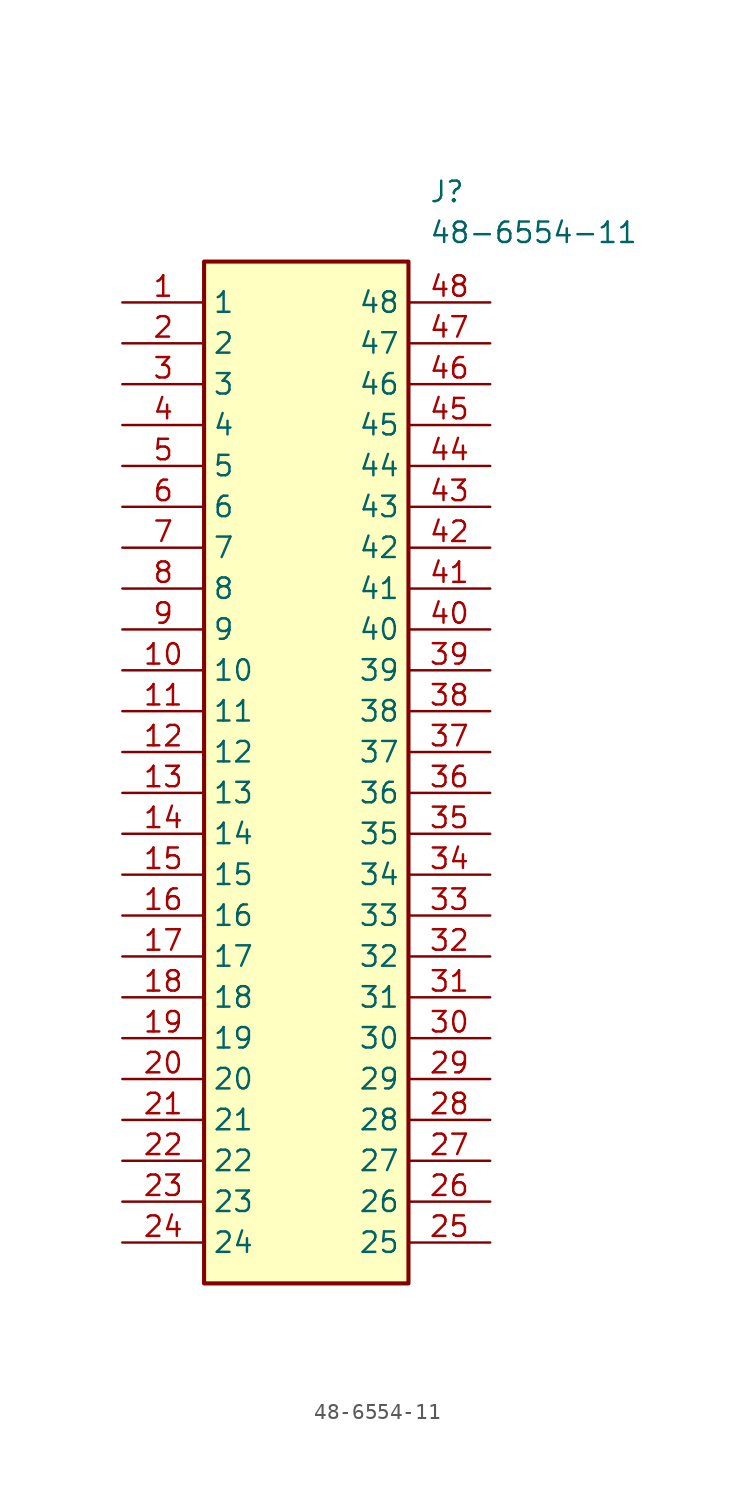
<source format=kicad_sym>
(kicad_symbol_lib
  (version 20231120)
  (generator "kicad_symbol_editor")
  (generator_version "8.0")
  (symbol "48-6554-11"
    (property "Reference" "J"
      (at 19.05 7.62 0)
      (effects (font (size 1.27 1.27)) (justify left top)))
    (property "Value" "48-6554-11"
      (at 19.05 5.08 0)
      (effects (font (size 1.27 1.27)) (justify left top)))
    (symbol "48-6554-11_1_1"
      (rectangle (start 5.08 2.54) (end 17.78 -60.96) (stroke (width 0.254) (type default)) (fill (type background)))
      (pin passive line (at 0 0 0) (length 5.08) (name "1" (effects (font (size 1.27 1.27)))) (number "1" (effects (font (size 1.27 1.27)))))
      (pin passive line (at 0 -22.86 0) (length 5.08) (name "10" (effects (font (size 1.27 1.27)))) (number "10" (effects (font (size 1.27 1.27)))))
      (pin passive line (at 0 -25.4 0) (length 5.08) (name "11" (effects (font (size 1.27 1.27)))) (number "11" (effects (font (size 1.27 1.27)))))
      (pin passive line (at 0 -27.94 0) (length 5.08) (name "12" (effects (font (size 1.27 1.27)))) (number "12" (effects (font (size 1.27 1.27)))))
      (pin passive line (at 0 -30.48 0) (length 5.08) (name "13" (effects (font (size 1.27 1.27)))) (number "13" (effects (font (size 1.27 1.27)))))
      (pin passive line (at 0 -33.02 0) (length 5.08) (name "14" (effects (font (size 1.27 1.27)))) (number "14" (effects (font (size 1.27 1.27)))))
      (pin passive line (at 0 -35.56 0) (length 5.08) (name "15" (effects (font (size 1.27 1.27)))) (number "15" (effects (font (size 1.27 1.27)))))
      (pin passive line (at 0 -38.1 0) (length 5.08) (name "16" (effects (font (size 1.27 1.27)))) (number "16" (effects (font (size 1.27 1.27)))))
      (pin passive line (at 0 -40.64 0) (length 5.08) (name "17" (effects (font (size 1.27 1.27)))) (number "17" (effects (font (size 1.27 1.27)))))
      (pin passive line (at 0 -43.18 0) (length 5.08) (name "18" (effects (font (size 1.27 1.27)))) (number "18" (effects (font (size 1.27 1.27)))))
      (pin passive line (at 0 -45.72 0) (length 5.08) (name "19" (effects (font (size 1.27 1.27)))) (number "19" (effects (font (size 1.27 1.27)))))
      (pin passive line (at 0 -2.54 0) (length 5.08) (name "2" (effects (font (size 1.27 1.27)))) (number "2" (effects (font (size 1.27 1.27)))))
      (pin passive line (at 0 -48.26 0) (length 5.08) (name "20" (effects (font (size 1.27 1.27)))) (number "20" (effects (font (size 1.27 1.27)))))
      (pin passive line (at 0 -50.8 0) (length 5.08) (name "21" (effects (font (size 1.27 1.27)))) (number "21" (effects (font (size 1.27 1.27)))))
      (pin passive line (at 0 -53.34 0) (length 5.08) (name "22" (effects (font (size 1.27 1.27)))) (number "22" (effects (font (size 1.27 1.27)))))
      (pin passive line (at 0 -55.88 0) (length 5.08) (name "23" (effects (font (size 1.27 1.27)))) (number "23" (effects (font (size 1.27 1.27)))))
      (pin passive line (at 0 -58.42 0) (length 5.08) (name "24" (effects (font (size 1.27 1.27)))) (number "24" (effects (font (size 1.27 1.27)))))
      (pin passive line (at 22.86 -58.42 180) (length 5.08) (name "25" (effects (font (size 1.27 1.27)))) (number "25" (effects (font (size 1.27 1.27)))))
      (pin passive line (at 22.86 -55.88 180) (length 5.08) (name "26" (effects (font (size 1.27 1.27)))) (number "26" (effects (font (size 1.27 1.27)))))
      (pin passive line (at 22.86 -53.34 180) (length 5.08) (name "27" (effects (font (size 1.27 1.27)))) (number "27" (effects (font (size 1.27 1.27)))))
      (pin passive line (at 22.86 -50.8 180) (length 5.08) (name "28" (effects (font (size 1.27 1.27)))) (number "28" (effects (font (size 1.27 1.27)))))
      (pin passive line (at 22.86 -48.26 180) (length 5.08) (name "29" (effects (font (size 1.27 1.27)))) (number "29" (effects (font (size 1.27 1.27)))))
      (pin passive line (at 0 -5.08 0) (length 5.08) (name "3" (effects (font (size 1.27 1.27)))) (number "3" (effects (font (size 1.27 1.27)))))
      (pin passive line (at 22.86 -45.72 180) (length 5.08) (name "30" (effects (font (size 1.27 1.27)))) (number "30" (effects (font (size 1.27 1.27)))))
      (pin passive line (at 22.86 -43.18 180) (length 5.08) (name "31" (effects (font (size 1.27 1.27)))) (number "31" (effects (font (size 1.27 1.27)))))
      (pin passive line (at 22.86 -40.64 180) (length 5.08) (name "32" (effects (font (size 1.27 1.27)))) (number "32" (effects (font (size 1.27 1.27)))))
      (pin passive line (at 22.86 -38.1 180) (length 5.08) (name "33" (effects (font (size 1.27 1.27)))) (number "33" (effects (font (size 1.27 1.27)))))
      (pin passive line (at 22.86 -35.56 180) (length 5.08) (name "34" (effects (font (size 1.27 1.27)))) (number "34" (effects (font (size 1.27 1.27)))))
      (pin passive line (at 22.86 -33.02 180) (length 5.08) (name "35" (effects (font (size 1.27 1.27)))) (number "35" (effects (font (size 1.27 1.27)))))
      (pin passive line (at 22.86 -30.48 180) (length 5.08) (name "36" (effects (font (size 1.27 1.27)))) (number "36" (effects (font (size 1.27 1.27)))))
      (pin passive line (at 22.86 -27.94 180) (length 5.08) (name "37" (effects (font (size 1.27 1.27)))) (number "37" (effects (font (size 1.27 1.27)))))
      (pin passive line (at 22.86 -25.4 180) (length 5.08) (name "38" (effects (font (size 1.27 1.27)))) (number "38" (effects (font (size 1.27 1.27)))))
      (pin passive line (at 22.86 -22.86 180) (length 5.08) (name "39" (effects (font (size 1.27 1.27)))) (number "39" (effects (font (size 1.27 1.27)))))
      (pin passive line (at 0 -7.62 0) (length 5.08) (name "4" (effects (font (size 1.27 1.27)))) (number "4" (effects (font (size 1.27 1.27)))))
      (pin passive line (at 22.86 -20.32 180) (length 5.08) (name "40" (effects (font (size 1.27 1.27)))) (number "40" (effects (font (size 1.27 1.27)))))
      (pin passive line (at 22.86 -17.78 180) (length 5.08) (name "41" (effects (font (size 1.27 1.27)))) (number "41" (effects (font (size 1.27 1.27)))))
      (pin passive line (at 22.86 -15.24 180) (length 5.08) (name "42" (effects (font (size 1.27 1.27)))) (number "42" (effects (font (size 1.27 1.27)))))
      (pin passive line (at 22.86 -12.7 180) (length 5.08) (name "43" (effects (font (size 1.27 1.27)))) (number "43" (effects (font (size 1.27 1.27)))))
      (pin passive line (at 22.86 -10.16 180) (length 5.08) (name "44" (effects (font (size 1.27 1.27)))) (number "44" (effects (font (size 1.27 1.27)))))
      (pin passive line (at 22.86 -7.62 180) (length 5.08) (name "45" (effects (font (size 1.27 1.27)))) (number "45" (effects (font (size 1.27 1.27)))))
      (pin passive line (at 22.86 -5.08 180) (length 5.08) (name "46" (effects (font (size 1.27 1.27)))) (number "46" (effects (font (size 1.27 1.27)))))
      (pin passive line (at 22.86 -2.54 180) (length 5.08) (name "47" (effects (font (size 1.27 1.27)))) (number "47" (effects (font (size 1.27 1.27)))))
      (pin passive line (at 22.86 0 180) (length 5.08) (name "48" (effects (font (size 1.27 1.27)))) (number "48" (effects (font (size 1.27 1.27)))))
      (pin passive line (at 0 -10.16 0) (length 5.08) (name "5" (effects (font (size 1.27 1.27)))) (number "5" (effects (font (size 1.27 1.27)))))
      (pin passive line (at 0 -12.7 0) (length 5.08) (name "6" (effects (font (size 1.27 1.27)))) (number "6" (effects (font (size 1.27 1.27)))))
      (pin passive line (at 0 -15.24 0) (length 5.08) (name "7" (effects (font (size 1.27 1.27)))) (number "7" (effects (font (size 1.27 1.27)))))
      (pin passive line (at 0 -17.78 0) (length 5.08) (name "8" (effects (font (size 1.27 1.27)))) (number "8" (effects (font (size 1.27 1.27)))))
      (pin passive line (at 0 -20.32 0) (length 5.08) (name "9" (effects (font (size 1.27 1.27)))) (number "9" (effects (font (size 1.27 1.27))))))))
</source>
